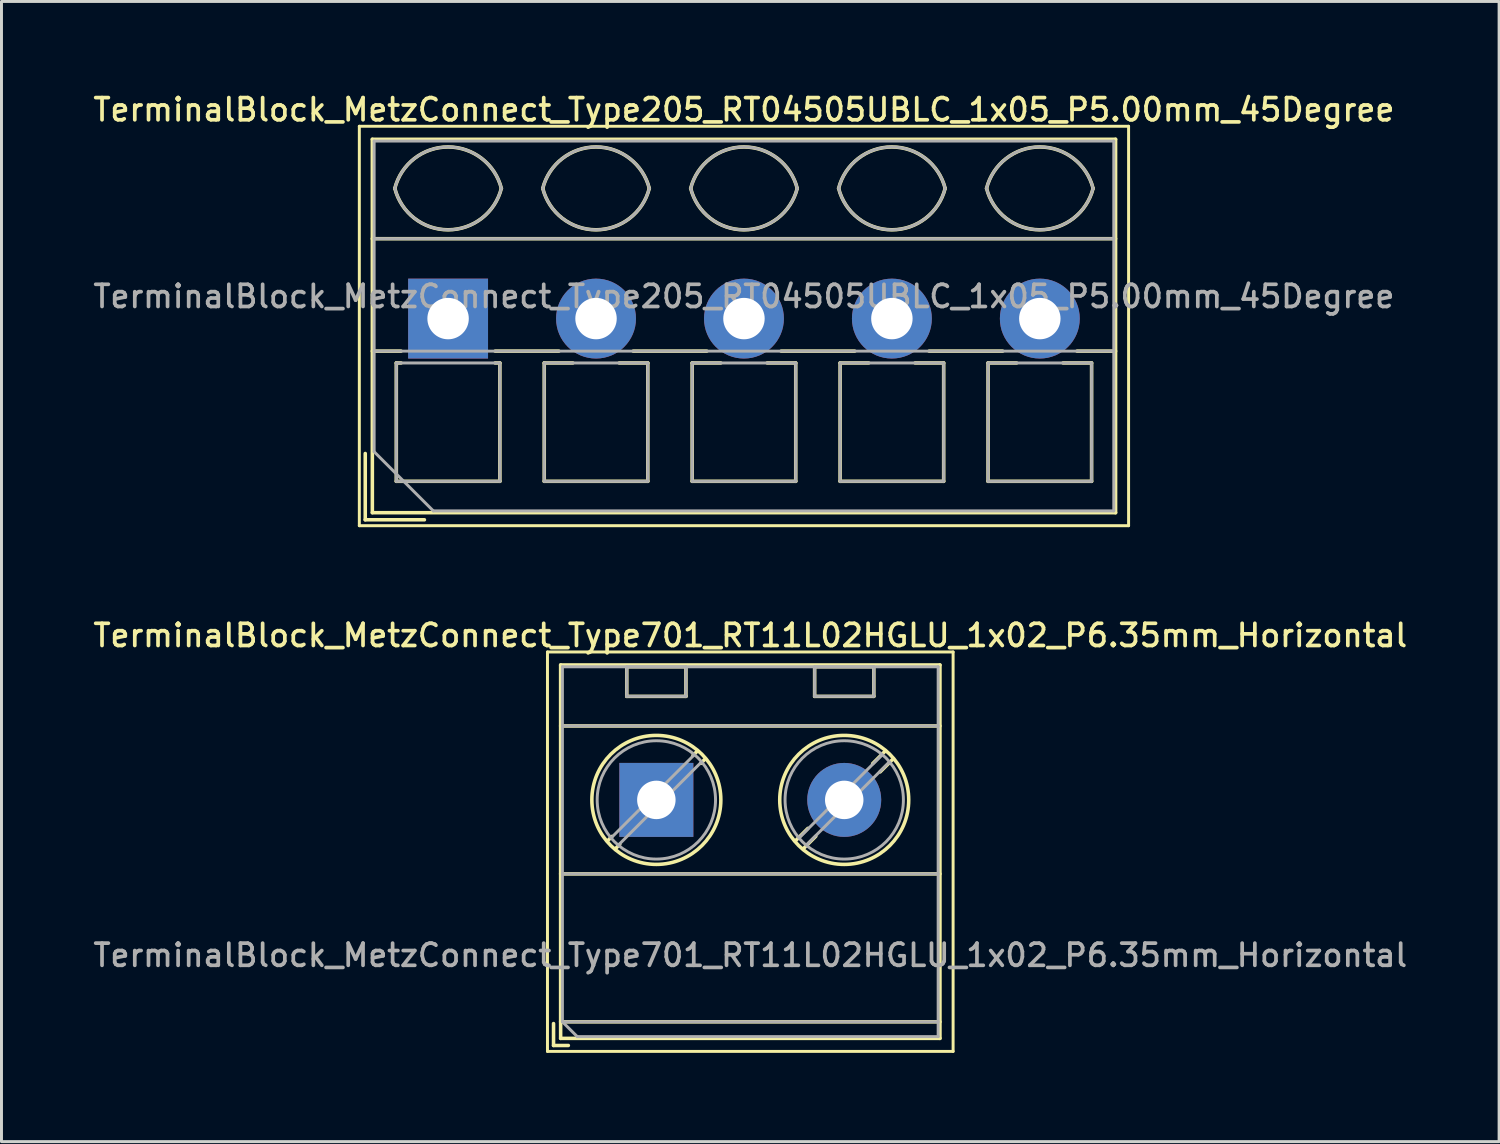
<source format=kicad_pcb>
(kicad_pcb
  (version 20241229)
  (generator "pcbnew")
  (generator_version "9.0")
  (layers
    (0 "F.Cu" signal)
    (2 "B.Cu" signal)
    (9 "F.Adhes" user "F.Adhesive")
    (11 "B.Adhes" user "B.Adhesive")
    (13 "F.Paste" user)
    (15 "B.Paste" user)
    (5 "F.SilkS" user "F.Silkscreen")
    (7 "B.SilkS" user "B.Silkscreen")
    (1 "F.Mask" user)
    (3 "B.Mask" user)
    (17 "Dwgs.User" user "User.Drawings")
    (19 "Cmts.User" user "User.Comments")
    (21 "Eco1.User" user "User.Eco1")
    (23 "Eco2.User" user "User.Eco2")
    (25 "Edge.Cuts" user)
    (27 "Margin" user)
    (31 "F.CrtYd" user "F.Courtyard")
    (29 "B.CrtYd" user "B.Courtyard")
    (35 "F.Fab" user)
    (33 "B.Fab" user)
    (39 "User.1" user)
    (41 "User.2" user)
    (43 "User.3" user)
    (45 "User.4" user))
  (footprint "TerminalBlock_MetzConnect_Type205_RT04505UBLC_1x05_P5.00mm_45Degree"
    (layer "F.Cu")
    (at 12.095 7.718)
    (property "Reference" "TerminalBlock_MetzConnect_Type205_RT04505UBLC_1x05_P5.00mm_45Degree" (at 10 -7.06 0) (layer "F.SilkS") (effects (font (size 0.75 0.75) (thickness 0.125))))
    (attr through_hole)
    (fp_line (start -3 -6.5) (end -3 7) (stroke (width 0.1) (type solid)) (layer "F.SilkS"))
    (fp_line (start -3 7) (end 23 7) (stroke (width 0.1) (type solid)) (layer "F.SilkS"))
    (fp_line (start -2.8 4.56) (end -2.8 6.8) (stroke (width 0.12) (type solid)) (layer "F.SilkS"))
    (fp_line (start -2.8 6.8) (end -0.8 6.8) (stroke (width 0.12) (type solid)) (layer "F.SilkS"))
    (fp_line (start -2.56 -6.06) (end -2.56 6.56) (stroke (width 0.12) (type solid)) (layer "F.SilkS"))
    (fp_line (start -2.56 -6.06) (end 22.56 -6.06) (stroke (width 0.12) (type solid)) (layer "F.SilkS"))
    (fp_line (start -2.56 -2.7) (end 22.56 -2.7) (stroke (width 0.12) (type solid)) (layer "F.SilkS"))
    (fp_line (start -2.56 1.1) (end -1.59 1.1) (stroke (width 0.12) (type solid)) (layer "F.SilkS"))
    (fp_line (start -2.56 6.56) (end 22.56 6.56) (stroke (width 0.12) (type solid)) (layer "F.SilkS"))
    (fp_line (start -1.75 1.5) (end -1.75 5.5) (stroke (width 0.12) (type solid)) (layer "F.SilkS"))
    (fp_line (start -1.75 1.5) (end -1.59 1.5) (stroke (width 0.12) (type solid)) (layer "F.SilkS"))
    (fp_line (start -1.75 5.5) (end 1.75 5.5) (stroke (width 0.12) (type solid)) (layer "F.SilkS"))
    (fp_line (start 1.59 1.1) (end 3.744 1.1) (stroke (width 0.12) (type solid)) (layer "F.SilkS"))
    (fp_line (start 1.59 1.5) (end 1.75 1.5) (stroke (width 0.12) (type solid)) (layer "F.SilkS"))
    (fp_line (start 1.75 1.5) (end 1.75 5.5) (stroke (width 0.12) (type solid)) (layer "F.SilkS"))
    (fp_line (start 3.25 1.5) (end 3.25 5.5) (stroke (width 0.12) (type solid)) (layer "F.SilkS"))
    (fp_line (start 3.25 1.5) (end 4.216 1.5) (stroke (width 0.12) (type solid)) (layer "F.SilkS"))
    (fp_line (start 3.25 5.5) (end 6.75 5.5) (stroke (width 0.12) (type solid)) (layer "F.SilkS"))
    (fp_line (start 5.785 1.5) (end 6.75 1.5) (stroke (width 0.12) (type solid)) (layer "F.SilkS"))
    (fp_line (start 6.257 1.1) (end 8.744 1.1) (stroke (width 0.12) (type solid)) (layer "F.SilkS"))
    (fp_line (start 6.75 1.5) (end 6.75 5.5) (stroke (width 0.12) (type solid)) (layer "F.SilkS"))
    (fp_line (start 8.25 1.5) (end 8.25 5.5) (stroke (width 0.12) (type solid)) (layer "F.SilkS"))
    (fp_line (start 8.25 1.5) (end 9.216 1.5) (stroke (width 0.12) (type solid)) (layer "F.SilkS"))
    (fp_line (start 8.25 5.5) (end 11.75 5.5) (stroke (width 0.12) (type solid)) (layer "F.SilkS"))
    (fp_line (start 10.785 1.5) (end 11.75 1.5) (stroke (width 0.12) (type solid)) (layer "F.SilkS"))
    (fp_line (start 11.257 1.1) (end 13.744 1.1) (stroke (width 0.12) (type solid)) (layer "F.SilkS"))
    (fp_line (start 11.75 1.5) (end 11.75 5.5) (stroke (width 0.12) (type solid)) (layer "F.SilkS"))
    (fp_line (start 13.25 1.5) (end 13.25 5.5) (stroke (width 0.12) (type solid)) (layer "F.SilkS"))
    (fp_line (start 13.25 1.5) (end 14.216 1.5) (stroke (width 0.12) (type solid)) (layer "F.SilkS"))
    (fp_line (start 13.25 5.5) (end 16.75 5.5) (stroke (width 0.12) (type solid)) (layer "F.SilkS"))
    (fp_line (start 15.785 1.5) (end 16.75 1.5) (stroke (width 0.12) (type solid)) (layer "F.SilkS"))
    (fp_line (start 16.257 1.1) (end 18.744 1.1) (stroke (width 0.12) (type solid)) (layer "F.SilkS"))
    (fp_line (start 16.75 1.5) (end 16.75 5.5) (stroke (width 0.12) (type solid)) (layer "F.SilkS"))
    (fp_line (start 18.25 1.5) (end 18.25 5.5) (stroke (width 0.12) (type solid)) (layer "F.SilkS"))
    (fp_line (start 18.25 1.5) (end 19.216 1.5) (stroke (width 0.12) (type solid)) (layer "F.SilkS"))
    (fp_line (start 18.25 5.5) (end 21.75 5.5) (stroke (width 0.12) (type solid)) (layer "F.SilkS"))
    (fp_line (start 20.785 1.5) (end 21.75 1.5) (stroke (width 0.12) (type solid)) (layer "F.SilkS"))
    (fp_line (start 21.257 1.1) (end 22.56 1.1) (stroke (width 0.12) (type solid)) (layer "F.SilkS"))
    (fp_line (start 21.75 1.5) (end 21.75 5.5) (stroke (width 0.12) (type solid)) (layer "F.SilkS"))
    (fp_line (start 22.56 -6.06) (end 22.56 6.56) (stroke (width 0.12) (type solid)) (layer "F.SilkS"))
    (fp_line (start 23 -6.5) (end -3 -6.5) (stroke (width 0.1) (type solid)) (layer "F.SilkS"))
    (fp_line (start 23 7) (end 23 -6.5) (stroke (width 0.1) (type solid)) (layer "F.SilkS"))
    (fp_arc (start -1.800846 -4.400605) (mid 0.000312 -5.801077) (end 1.801 -4.4) (stroke (width 0.12) (type solid)) (layer "F.SilkS"))
    (fp_arc (start 1.8 -4.4) (mid -0.000903 -3.000646) (end -1.800445 -4.401751) (stroke (width 0.12) (type solid)) (layer "F.SilkS"))
    (fp_arc (start 3.199154 -4.400605) (mid 5.000312 -5.801077) (end 6.801 -4.4) (stroke (width 0.12) (type solid)) (layer "F.SilkS"))
    (fp_arc (start 6.8 -4.4) (mid 4.999097 -3.000646) (end 3.199555 -4.401751) (stroke (width 0.12) (type solid)) (layer "F.SilkS"))
    (fp_arc (start 8.199154 -4.400605) (mid 10.000312 -5.801077) (end 11.801 -4.4) (stroke (width 0.12) (type solid)) (layer "F.SilkS"))
    (fp_arc (start 11.8 -4.4) (mid 9.999097 -3.000646) (end 8.199555 -4.401751) (stroke (width 0.12) (type solid)) (layer "F.SilkS"))
    (fp_arc (start 13.199154 -4.400605) (mid 15.000312 -5.801077) (end 16.801 -4.4) (stroke (width 0.12) (type solid)) (layer "F.SilkS"))
    (fp_arc (start 16.8 -4.4) (mid 14.999097 -3.000646) (end 13.199555 -4.401751) (stroke (width 0.12) (type solid)) (layer "F.SilkS"))
    (fp_arc (start 18.199154 -4.400605) (mid 20.000312 -5.801077) (end 21.801 -4.4) (stroke (width 0.12) (type solid)) (layer "F.SilkS"))
    (fp_arc (start 21.8 -4.4) (mid 19.999097 -3.000646) (end 18.199555 -4.401751) (stroke (width 0.12) (type solid)) (layer "F.SilkS"))
    (fp_line (start -2.5 -6) (end 22.5 -6) (stroke (width 0.1) (type solid)) (layer "F.Fab"))
    (fp_line (start -2.5 -2.7) (end 22.5 -2.7) (stroke (width 0.1) (type solid)) (layer "F.Fab"))
    (fp_line (start -2.5 1.1) (end 22.5 1.1) (stroke (width 0.1) (type solid)) (layer "F.Fab"))
    (fp_line (start -2.5 4.5) (end -2.5 -6) (stroke (width 0.1) (type solid)) (layer "F.Fab"))
    (fp_line (start -1.75 1.5) (end -1.75 5.5) (stroke (width 0.1) (type solid)) (layer "F.Fab"))
    (fp_line (start -1.75 5.5) (end 1.75 5.5) (stroke (width 0.1) (type solid)) (layer "F.Fab"))
    (fp_line (start -0.5 6.5) (end -2.5 4.5) (stroke (width 0.1) (type solid)) (layer "F.Fab"))
    (fp_line (start 1.75 1.5) (end -1.75 1.5) (stroke (width 0.1) (type solid)) (layer "F.Fab"))
    (fp_line (start 1.75 5.5) (end 1.75 1.5) (stroke (width 0.1) (type solid)) (layer "F.Fab"))
    (fp_line (start 3.25 1.5) (end 3.25 5.5) (stroke (width 0.1) (type solid)) (layer "F.Fab"))
    (fp_line (start 3.25 5.5) (end 6.75 5.5) (stroke (width 0.1) (type solid)) (layer "F.Fab"))
    (fp_line (start 6.75 1.5) (end 3.25 1.5) (stroke (width 0.1) (type solid)) (layer "F.Fab"))
    (fp_line (start 6.75 5.5) (end 6.75 1.5) (stroke (width 0.1) (type solid)) (layer "F.Fab"))
    (fp_line (start 8.25 1.5) (end 8.25 5.5) (stroke (width 0.1) (type solid)) (layer "F.Fab"))
    (fp_line (start 8.25 5.5) (end 11.75 5.5) (stroke (width 0.1) (type solid)) (layer "F.Fab"))
    (fp_line (start 11.75 1.5) (end 8.25 1.5) (stroke (width 0.1) (type solid)) (layer "F.Fab"))
    (fp_line (start 11.75 5.5) (end 11.75 1.5) (stroke (width 0.1) (type solid)) (layer "F.Fab"))
    (fp_line (start 13.25 1.5) (end 13.25 5.5) (stroke (width 0.1) (type solid)) (layer "F.Fab"))
    (fp_line (start 13.25 5.5) (end 16.75 5.5) (stroke (width 0.1) (type solid)) (layer "F.Fab"))
    (fp_line (start 16.75 1.5) (end 13.25 1.5) (stroke (width 0.1) (type solid)) (layer "F.Fab"))
    (fp_line (start 16.75 5.5) (end 16.75 1.5) (stroke (width 0.1) (type solid)) (layer "F.Fab"))
    (fp_line (start 18.25 1.5) (end 18.25 5.5) (stroke (width 0.1) (type solid)) (layer "F.Fab"))
    (fp_line (start 18.25 5.5) (end 21.75 5.5) (stroke (width 0.1) (type solid)) (layer "F.Fab"))
    (fp_line (start 21.75 1.5) (end 18.25 1.5) (stroke (width 0.1) (type solid)) (layer "F.Fab"))
    (fp_line (start 21.75 5.5) (end 21.75 1.5) (stroke (width 0.1) (type solid)) (layer "F.Fab"))
    (fp_line (start 22.5 -6) (end 22.5 6.5) (stroke (width 0.1) (type solid)) (layer "F.Fab"))
    (fp_line (start 22.5 6.5) (end -0.5 6.5) (stroke (width 0.1) (type solid)) (layer "F.Fab"))
    (fp_arc (start -1.800846 -4.400605) (mid 0.000312 -5.801077) (end 1.801 -4.4) (stroke (width 0.1) (type solid)) (layer "F.Fab"))
    (fp_arc (start 1.8 -4.4) (mid -0.000903 -3.000646) (end -1.800445 -4.401751) (stroke (width 0.1) (type solid)) (layer "F.Fab"))
    (fp_arc (start 3.199154 -4.400605) (mid 5.000312 -5.801077) (end 6.801 -4.4) (stroke (width 0.1) (type solid)) (layer "F.Fab"))
    (fp_arc (start 6.8 -4.4) (mid 4.999097 -3.000646) (end 3.199555 -4.401751) (stroke (width 0.1) (type solid)) (layer "F.Fab"))
    (fp_arc (start 8.199154 -4.400605) (mid 10.000312 -5.801077) (end 11.801 -4.4) (stroke (width 0.1) (type solid)) (layer "F.Fab"))
    (fp_arc (start 11.8 -4.4) (mid 9.999097 -3.000646) (end 8.199555 -4.401751) (stroke (width 0.1) (type solid)) (layer "F.Fab"))
    (fp_arc (start 13.199154 -4.400605) (mid 15.000312 -5.801077) (end 16.801 -4.4) (stroke (width 0.1) (type solid)) (layer "F.Fab"))
    (fp_arc (start 16.8 -4.4) (mid 14.999097 -3.000646) (end 13.199555 -4.401751) (stroke (width 0.1) (type solid)) (layer "F.Fab"))
    (fp_arc (start 18.199154 -4.400605) (mid 20.000312 -5.801077) (end 21.801 -4.4) (stroke (width 0.1) (type solid)) (layer "F.Fab"))
    (fp_arc (start 21.8 -4.4) (mid 19.999097 -3.000646) (end 18.199555 -4.401751) (stroke (width 0.1) (type solid)) (layer "F.Fab"))
    (fp_text user "${REFERENCE}" (at 10 -0.75 0) (layer "F.Fab") (effects (font (size 0.75 0.75) (thickness 0.125))))
    (pad "1" thru_hole rect (at 0 0) (size 2.7 2.7) (drill 1.4) (layers "*.Cu" "*.Mask"))
    (pad "2" thru_hole circle (at 5 0) (size 2.7 2.7) (drill 1.4) (layers "*.Cu" "*.Mask"))
    (pad "3" thru_hole circle (at 10 0) (size 2.7 2.7) (drill 1.4) (layers "*.Cu" "*.Mask"))
    (pad "4" thru_hole circle (at 15 0) (size 2.7 2.7) (drill 1.4) (layers "*.Cu" "*.Mask"))
    (pad "5" thru_hole circle (at 20 0) (size 2.7 2.7) (drill 1.4) (layers "*.Cu" "*.Mask")))
  (footprint "TerminalBlock_MetzConnect_Type701_RT11L02HGLU_1x02_P6.35mm_Horizontal"
    (layer "F.Cu")
    (at 19.134 23.986)
    (property "Reference" "TerminalBlock_MetzConnect_Type701_RT11L02HGLU_1x02_P6.35mm_Horizontal" (at 3.175 -5.56 0) (layer "F.SilkS") (effects (font (size 0.75 0.75) (thickness 0.125))))
    (attr through_hole)
    (fp_line (start -3.68 -5) (end -3.68 8.5) (stroke (width 0.1) (type solid)) (layer "F.SilkS"))
    (fp_line (start -3.68 8.5) (end 10.03 8.5) (stroke (width 0.1) (type solid)) (layer "F.SilkS"))
    (fp_line (start -3.475 7.56) (end -3.475 8.3) (stroke (width 0.12) (type solid)) (layer "F.SilkS"))
    (fp_line (start -3.475 8.3) (end -2.975 8.3) (stroke (width 0.12) (type solid)) (layer "F.SilkS"))
    (fp_line (start -3.235 -4.56) (end -3.235 8.06) (stroke (width 0.12) (type solid)) (layer "F.SilkS"))
    (fp_line (start -3.235 -4.56) (end 9.585 -4.56) (stroke (width 0.12) (type solid)) (layer "F.SilkS"))
    (fp_line (start -3.235 -2.5) (end 9.585 -2.5) (stroke (width 0.12) (type solid)) (layer "F.SilkS"))
    (fp_line (start -3.235 2.5) (end 9.585 2.5) (stroke (width 0.12) (type solid)) (layer "F.SilkS"))
    (fp_line (start -3.235 7.5) (end 9.585 7.5) (stroke (width 0.12) (type solid)) (layer "F.SilkS"))
    (fp_line (start -3.235 8.06) (end 9.585 8.06) (stroke (width 0.12) (type solid)) (layer "F.SilkS"))
    (fp_line (start -1.502 1.235) (end -1.654 1.388) (stroke (width 0.12) (type solid)) (layer "F.SilkS"))
    (fp_line (start -1.236 1.502) (end -1.388 1.654) (stroke (width 0.12) (type solid)) (layer "F.SilkS"))
    (fp_line (start -1 -4.5) (end -1 -3.5) (stroke (width 0.12) (type solid)) (layer "F.SilkS"))
    (fp_line (start -1 -4.5) (end 1 -4.5) (stroke (width 0.12) (type solid)) (layer "F.SilkS"))
    (fp_line (start -1 -3.5) (end 1 -3.5) (stroke (width 0.12) (type solid)) (layer "F.SilkS"))
    (fp_line (start 1 -4.5) (end 1 -3.5) (stroke (width 0.12) (type solid)) (layer "F.SilkS"))
    (fp_line (start 1.388 -1.654) (end 1.236 -1.502) (stroke (width 0.12) (type solid)) (layer "F.SilkS"))
    (fp_line (start 1.654 -1.388) (end 1.502 -1.236) (stroke (width 0.12) (type solid)) (layer "F.SilkS"))
    (fp_line (start 5.123 0.962) (end 4.697 1.388) (stroke (width 0.12) (type solid)) (layer "F.SilkS"))
    (fp_line (start 5.35 -4.5) (end 5.35 -3.5) (stroke (width 0.12) (type solid)) (layer "F.SilkS"))
    (fp_line (start 5.35 -4.5) (end 7.35 -4.5) (stroke (width 0.12) (type solid)) (layer "F.SilkS"))
    (fp_line (start 5.35 -3.5) (end 7.35 -3.5) (stroke (width 0.12) (type solid)) (layer "F.SilkS"))
    (fp_line (start 5.389 1.228) (end 4.963 1.654) (stroke (width 0.12) (type solid)) (layer "F.SilkS"))
    (fp_line (start 7.35 -4.5) (end 7.35 -3.5) (stroke (width 0.12) (type solid)) (layer "F.SilkS"))
    (fp_line (start 7.738 -1.654) (end 7.312 -1.228) (stroke (width 0.12) (type solid)) (layer "F.SilkS"))
    (fp_line (start 8.004 -1.388) (end 7.563 -0.947) (stroke (width 0.12) (type solid)) (layer "F.SilkS"))
    (fp_line (start 9.585 -4.56) (end 9.585 8.06) (stroke (width 0.12) (type solid)) (layer "F.SilkS"))
    (fp_line (start 10.03 -5) (end -3.68 -5) (stroke (width 0.1) (type solid)) (layer "F.SilkS"))
    (fp_line (start 10.03 8.5) (end 10.03 -5) (stroke (width 0.1) (type solid)) (layer "F.SilkS"))
    (fp_circle (center 0 0) (end 2.18 0) (stroke (width 0.12) (type solid)) (fill no) (layer "F.SilkS"))
    (fp_circle (center 6.35 0) (end 8.53 0) (stroke (width 0.12) (type solid)) (fill no) (layer "F.SilkS"))
    (fp_line (start -3.175 -4.5) (end 9.525 -4.5) (stroke (width 0.1) (type solid)) (layer "F.Fab"))
    (fp_line (start -3.175 -2.5) (end 9.525 -2.5) (stroke (width 0.1) (type solid)) (layer "F.Fab"))
    (fp_line (start -3.175 2.5) (end 9.525 2.5) (stroke (width 0.1) (type solid)) (layer "F.Fab"))
    (fp_line (start -3.175 7.5) (end -3.175 -4.5) (stroke (width 0.1) (type solid)) (layer "F.Fab"))
    (fp_line (start -3.175 7.5) (end 9.525 7.5) (stroke (width 0.1) (type solid)) (layer "F.Fab"))
    (fp_line (start -2.675 8) (end -3.175 7.5) (stroke (width 0.1) (type solid)) (layer "F.Fab"))
    (fp_line (start -1 -4.5) (end -1 -3.5) (stroke (width 0.1) (type solid)) (layer "F.Fab"))
    (fp_line (start -1 -3.5) (end 1 -3.5) (stroke (width 0.1) (type solid)) (layer "F.Fab"))
    (fp_line (start 1 -4.5) (end -1 -4.5) (stroke (width 0.1) (type solid)) (layer "F.Fab"))
    (fp_line (start 1 -3.5) (end 1 -4.5) (stroke (width 0.1) (type solid)) (layer "F.Fab"))
    (fp_line (start 1.273 -1.517) (end -1.517 1.273) (stroke (width 0.1) (type solid)) (layer "F.Fab"))
    (fp_line (start 1.517 -1.273) (end -1.273 1.517) (stroke (width 0.1) (type solid)) (layer "F.Fab"))
    (fp_line (start 5.35 -4.5) (end 5.35 -3.5) (stroke (width 0.1) (type solid)) (layer "F.Fab"))
    (fp_line (start 5.35 -3.5) (end 7.35 -3.5) (stroke (width 0.1) (type solid)) (layer "F.Fab"))
    (fp_line (start 7.35 -4.5) (end 5.35 -4.5) (stroke (width 0.1) (type solid)) (layer "F.Fab"))
    (fp_line (start 7.35 -3.5) (end 7.35 -4.5) (stroke (width 0.1) (type solid)) (layer "F.Fab"))
    (fp_line (start 7.623 -1.517) (end 4.834 1.273) (stroke (width 0.1) (type solid)) (layer "F.Fab"))
    (fp_line (start 7.867 -1.273) (end 5.078 1.517) (stroke (width 0.1) (type solid)) (layer "F.Fab"))
    (fp_line (start 9.525 -4.5) (end 9.525 8) (stroke (width 0.1) (type solid)) (layer "F.Fab"))
    (fp_line (start 9.525 8) (end -2.675 8) (stroke (width 0.1) (type solid)) (layer "F.Fab"))
    (fp_circle (center 0 0) (end 2 0) (stroke (width 0.1) (type solid)) (fill no) (layer "F.Fab"))
    (fp_circle (center 6.35 0) (end 8.35 0) (stroke (width 0.1) (type solid)) (fill no) (layer "F.Fab"))
    (fp_text user "${REFERENCE}" (at 3.175 5.25 0) (layer "F.Fab") (effects (font (size 0.75 0.75) (thickness 0.125))))
    (pad "1" thru_hole rect (at 0 0) (size 2.5 2.5) (drill 1.3) (layers "*.Cu" "*.Mask"))
    (pad "2" thru_hole circle (at 6.35 0) (size 2.5 2.5) (drill 1.3) (layers "*.Cu" "*.Mask")))
  (gr_rect
    (start -3 -3)
    (end 47.618 35.536)
    (stroke (width 0.1) (type default))
    (fill no)
    (layer "Edge.Cuts")))
</source>
